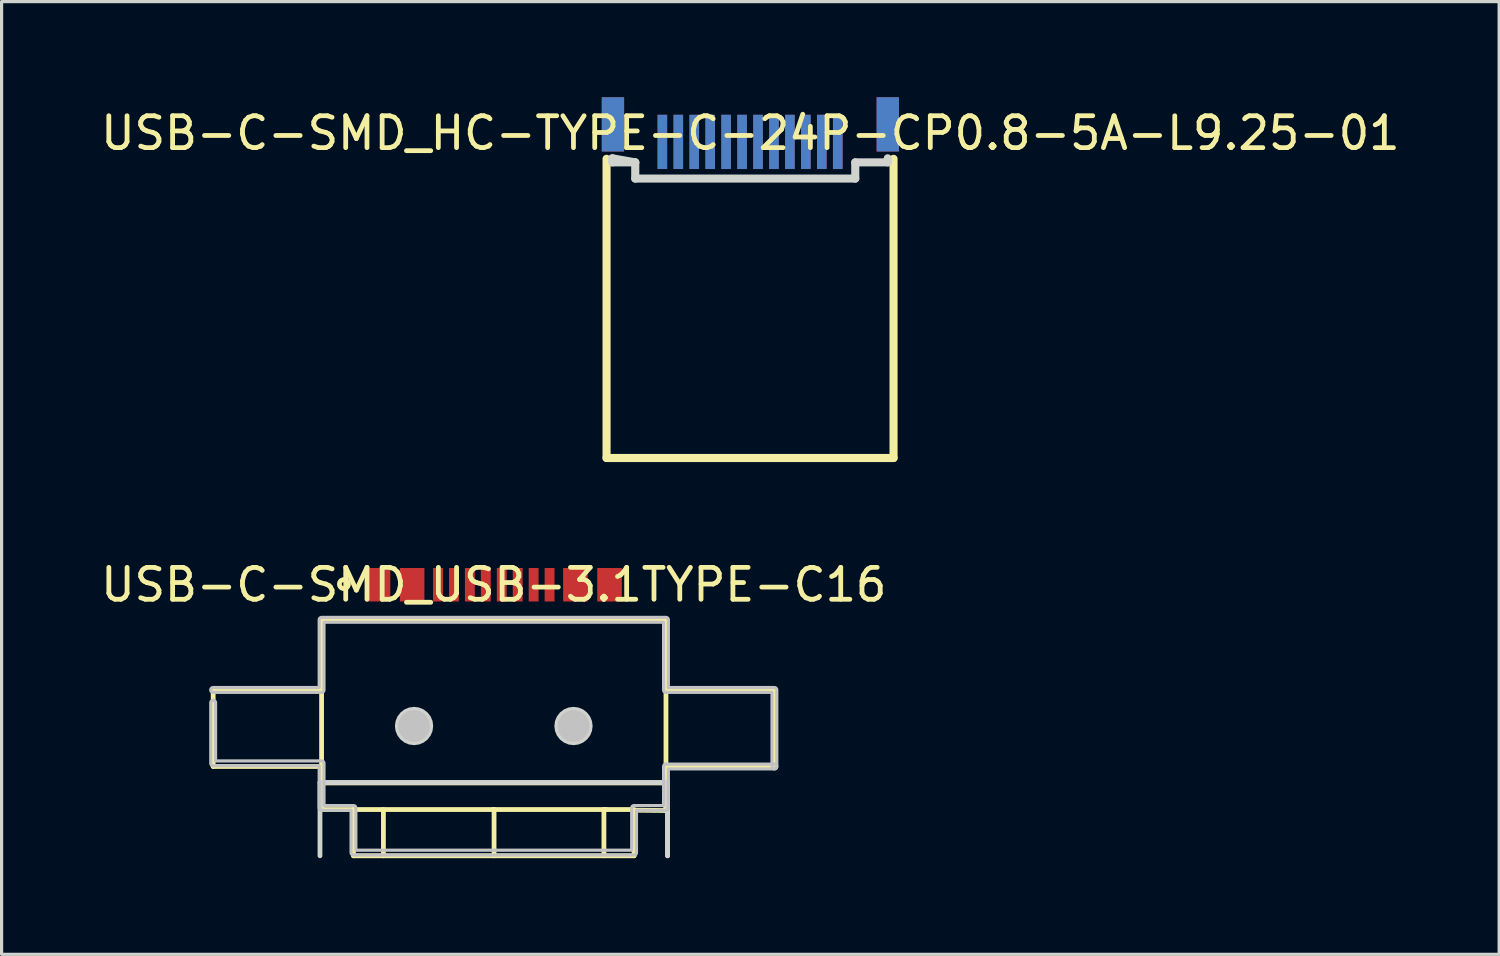
<source format=kicad_pcb>
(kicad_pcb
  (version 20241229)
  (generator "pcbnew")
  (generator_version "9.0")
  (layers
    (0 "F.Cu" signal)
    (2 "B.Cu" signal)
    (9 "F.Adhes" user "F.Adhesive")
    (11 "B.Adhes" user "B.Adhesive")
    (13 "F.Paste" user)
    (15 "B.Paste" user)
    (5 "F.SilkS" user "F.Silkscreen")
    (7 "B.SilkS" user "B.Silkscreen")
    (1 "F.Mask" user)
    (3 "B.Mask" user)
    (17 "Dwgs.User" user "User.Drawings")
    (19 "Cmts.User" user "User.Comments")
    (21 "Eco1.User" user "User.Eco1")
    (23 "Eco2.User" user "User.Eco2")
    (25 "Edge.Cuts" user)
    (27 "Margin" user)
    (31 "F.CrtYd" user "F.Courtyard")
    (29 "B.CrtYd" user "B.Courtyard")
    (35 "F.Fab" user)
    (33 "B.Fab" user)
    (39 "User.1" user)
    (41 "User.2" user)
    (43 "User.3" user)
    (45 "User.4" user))
  (footprint "USB-C-SMD_USB-3.1TYPE-C16"
    (layer "F.Cu")
    (at 12.435 15.288)
    (property "Reference" "USB-C-SMD_USB-3.1TYPE-C16" (at 0 0 0) (layer "F.SilkS") (effects (font (size 1 1) (thickness 0.15))))
    (fp_line (start -8.8 3.3) (end -5.4 3.3) (stroke (width 0.15) (type default)) (layer "F.SilkS"))
    (fp_line (start -8.8 5.7) (end -8.8 3.3) (stroke (width 0.15) (type default)) (layer "F.SilkS"))
    (fp_line (start -5.4 1.1) (end 5.4 1.1) (stroke (width 0.15) (type default)) (layer "F.SilkS"))
    (fp_line (start -5.4 3.3) (end -5.4 1.1) (stroke (width 0.15) (type default)) (layer "F.SilkS"))
    (fp_line (start -5.4 3.3) (end -5.4 5.799) (stroke (width 0.15) (type default)) (layer "F.SilkS"))
    (fp_line (start -5.4 5.7) (end -8.8 5.7) (stroke (width 0.15) (type default)) (layer "F.SilkS"))
    (fp_line (start -5.4 6.215) (end 5.396 6.215) (stroke (width 0.15) (type default)) (layer "F.SilkS"))
    (fp_line (start -5.4 7.05) (end -5.4 5.7) (stroke (width 0.15) (type default)) (layer "F.SilkS"))
    (fp_line (start -4.4 7.05) (end -5.4 7.05) (stroke (width 0.15) (type default)) (layer "F.SilkS"))
    (fp_line (start -4.4 7.05) (end 4.4 7.05) (stroke (width 0.15) (type default)) (layer "F.SilkS"))
    (fp_line (start -4.4 8.5) (end -4.4 7.05) (stroke (width 0.15) (type default)) (layer "F.SilkS"))
    (fp_line (start -3.461 7.05) (end -3.461 8.5) (stroke (width 0.15) (type default)) (layer "F.SilkS"))
    (fp_line (start -0.019 7.05) (end 0.009 7.05) (stroke (width 0.15) (type default)) (layer "F.SilkS"))
    (fp_line (start 0.009 7.05) (end 0.009 8.5) (stroke (width 0.15) (type default)) (layer "F.SilkS"))
    (fp_line (start 3.454 7.05) (end 3.454 8.5) (stroke (width 0.15) (type default)) (layer "F.SilkS"))
    (fp_line (start 3.53 7.05) (end 3.454 7.05) (stroke (width 0.15) (type default)) (layer "F.SilkS"))
    (fp_line (start 4.4 7.07) (end 4.4 8.5) (stroke (width 0.15) (type default)) (layer "F.SilkS"))
    (fp_line (start 4.4 8.5) (end -4.4 8.5) (stroke (width 0.15) (type default)) (layer "F.SilkS"))
    (fp_line (start 5.39 7.08) (end 4.4 7.07) (stroke (width 0.15) (type default)) (layer "F.SilkS"))
    (fp_line (start 5.396 6.215) (end 5.396 6.24) (stroke (width 0.15) (type default)) (layer "F.SilkS"))
    (fp_line (start 5.4 1.1) (end 5.4 3.3) (stroke (width 0.15) (type default)) (layer "F.SilkS"))
    (fp_line (start 5.4 3.3) (end 5.4 5.7) (stroke (width 0.15) (type default)) (layer "F.SilkS"))
    (fp_line (start 5.4 3.3) (end 8.8 3.3) (stroke (width 0.15) (type default)) (layer "F.SilkS"))
    (fp_line (start 5.4 5.7) (end 5.39 7.08) (stroke (width 0.15) (type default)) (layer "F.SilkS"))
    (fp_line (start 8.8 3.3) (end 8.8 5.7) (stroke (width 0.15) (type default)) (layer "F.SilkS"))
    (fp_line (start 8.8 5.7) (end 5.4 5.7) (stroke (width 0.15) (type default)) (layer "F.SilkS"))
    (fp_circle (center -4.7 -0.02) (end -4.559 -0.02) (stroke (width 0.15) (type default)) (fill no) (layer "F.SilkS"))
    (fp_circle (center -2.5 4.43) (end -2.25 4.43) (stroke (width 0.5) (type default)) (fill no) (layer "Dwgs.User"))
    (fp_circle (center 2.5 4.43) (end 2.75 4.43) (stroke (width 0.5) (type default)) (fill no) (layer "Dwgs.User"))
    (fp_poly (pts (arc (start -8.801 3.374) (mid -8.876 3.299) (end -8.801 3.224)) (xy -5.475 3.224) (arc (start -5.475 1.0995) (mid -5.453033 1.046467) (end -5.4 1.0245)) (arc (start 5.4 1.0245) (mid 5.453033 1.046467) (end 5.475 1.0995)) (xy 5.475 3.224) (arc (start 8.801 3.224) (mid 8.854033 3.245967) (end 8.876 3.299)) (arc (start 8.876 5.6995) (mid 8.801 5.7745) (end 8.726 5.6995)) (xy 8.726 3.374) (arc (start 5.4 3.374) (mid 5.346967 3.352033) (end 5.325 3.299)) (xy 5.325 1.175) (xy -5.325 1.175) (arc (start -5.325 3.299) (mid -5.346967 3.352033) (end -5.4 3.374))) (stroke (width 0.1) (type default)) (fill no) (layer "Dwgs.User"))
    (fp_poly (pts (arc (start 8.8 5.625) (mid 8.875 5.7) (end 8.8 5.775)) (xy 5.475 5.775) (arc (start 5.475 7) (mid 5.453033 7.053033) (end 5.4 7.075)) (xy 4.475 7.075) (arc (start 4.475 8.4) (mid 4.453033 8.453033) (end 4.4 8.475)) (arc (start -4.4 8.475) (mid -4.453033 8.453033) (end -4.475 8.4)) (xy -4.475 7.075) (arc (start -5.4 7.075) (mid -5.453033 7.053033) (end -5.475 7)) (xy -5.475 5.675) (arc (start -8.8 5.675) (mid -8.853033 5.653033) (end -8.875 5.6)) (arc (start -8.875 3.7) (mid -8.8 3.625) (end -8.725 3.7)) (xy -8.725 5.525) (arc (start -5.4 5.525) (mid -5.346967 5.546967) (end -5.325 5.6)) (xy -5.325 6.925) (arc (start -4.4 6.925) (mid -4.346967 6.946967) (end -4.325 7)) (xy -4.325 8.325) (xy 4.325 8.325) (arc (start 4.325 7) (mid 4.346967 6.946967) (end 4.4 6.925)) (xy 5.325 6.925) (arc (start 5.325 5.7) (mid 5.346967 5.646967) (end 5.4 5.625))) (stroke (width 0.1) (type default)) (fill no) (layer "Dwgs.User"))
    (fp_line (start -5.45 6.2) (end 5.45 6.2) (stroke (width 0.15) (type default)) (layer "Edge.Cuts"))
    (fp_line (start -5.45 8.5) (end -5.45 6.2) (stroke (width 0.15) (type default)) (layer "Edge.Cuts"))
    (fp_line (start 5.45 6.2) (end 5.45 8.5) (stroke (width 0.15) (type default)) (layer "Edge.Cuts"))
    (fp_line (start 5.45 6.2) (end 5.45 8.5) (stroke (width 0.15) (type default)) (layer "Edge.Cuts"))
    (fp_poly (pts (xy -1.9 4.43) (xy -1.92 4.275) (xy -1.98 4.13) (xy -2.076 4.006) (xy -2.2 3.91) (xy -2.345 3.85) (xy -2.5 3.83) (xy -2.655 3.85) (xy -2.8 3.91) (xy -2.924 4.006) (xy -3.02 4.13) (xy -3.08 4.275) (xy -3.1 4.43) (xy -3.08 4.585) (xy -3.02 4.73) (xy -2.924 4.854) (xy -2.8 4.95) (xy -2.655 5.01) (xy -2.5 5.03) (xy -2.345 5.01) (xy -2.2 4.95) (xy -2.076 4.854) (xy -1.98 4.73) (xy -1.92 4.585)) (stroke (width 0) (type default)) (fill yes) (layer "Edge.Cuts"))
    (fp_poly (pts (xy 3.1 4.43) (xy 3.08 4.275) (xy 3.02 4.13) (xy 2.924 4.006) (xy 2.8 3.91) (xy 2.655 3.85) (xy 2.5 3.83) (xy 2.345 3.85) (xy 2.2 3.91) (xy 2.076 4.006) (xy 1.98 4.13) (xy 1.92 4.275) (xy 1.9 4.43) (xy 1.92 4.585) (xy 1.98 4.73) (xy 2.076 4.854) (xy 2.2 4.95) (xy 2.345 5.01) (xy 2.5 5.03) (xy 2.655 5.01) (xy 2.8 4.95) (xy 2.924 4.854) (xy 3.02 4.73) (xy 3.08 4.585)) (stroke (width 0) (type default)) (fill yes) (layer "Edge.Cuts"))
    (fp_poly (pts (xy -3.965 0.395) (xy -3.965 -0.29) (xy -3.295 -0.29) (xy -3.295 0.395)) (stroke (width 0.1) (type default)) (fill no) (layer "User.1"))
    (fp_poly (pts (xy -3.965 1.09) (xy -3.965 0.385) (xy -3.295 0.385) (xy -3.295 1.09)) (stroke (width 0.1) (type default)) (fill no) (layer "User.1"))
    (fp_poly (pts (xy -2.895 0.395) (xy -2.895 -0.29) (xy -2.225 -0.29) (xy -2.225 0.395)) (stroke (width 0.1) (type default)) (fill no) (layer "User.1"))
    (fp_poly (pts (xy -2.895 1.09) (xy -2.895 0.385) (xy -2.225 0.385) (xy -2.225 1.09)) (stroke (width 0.1) (type default)) (fill no) (layer "User.1"))
    (fp_poly (pts (xy -1.875 0.41) (xy -1.875 -0.29) (xy -1.625 -0.29) (xy -1.625 0.41)) (stroke (width 0.1) (type default)) (fill no) (layer "User.1"))
    (fp_poly (pts (xy -1.875 1.09) (xy -1.875 0.4) (xy -1.625 0.4) (xy -1.625 1.09)) (stroke (width 0.1) (type default)) (fill no) (layer "User.1"))
    (fp_poly (pts (xy -1.375 0.41) (xy -1.375 -0.29) (xy -1.125 -0.29) (xy -1.125 0.41)) (stroke (width 0.1) (type default)) (fill no) (layer "User.1"))
    (fp_poly (pts (xy -1.375 1.09) (xy -1.375 0.4) (xy -1.125 0.4) (xy -1.125 1.09)) (stroke (width 0.1) (type default)) (fill no) (layer "User.1"))
    (fp_poly (pts (xy -0.875 0.41) (xy -0.875 -0.29) (xy -0.625 -0.29) (xy -0.625 0.41)) (stroke (width 0.1) (type default)) (fill no) (layer "User.1"))
    (fp_poly (pts (xy -0.875 1.09) (xy -0.875 0.4) (xy -0.625 0.4) (xy -0.625 1.09)) (stroke (width 0.1) (type default)) (fill no) (layer "User.1"))
    (fp_poly (pts (xy -0.375 0.41) (xy -0.375 -0.29) (xy -0.125 -0.29) (xy -0.125 0.41)) (stroke (width 0.1) (type default)) (fill no) (layer "User.1"))
    (fp_poly (pts (xy -0.375 1.09) (xy -0.375 0.4) (xy -0.125 0.4) (xy -0.125 1.09)) (stroke (width 0.1) (type default)) (fill no) (layer "User.1"))
    (fp_poly (pts (xy 0.125 0.41) (xy 0.125 -0.29) (xy 0.375 -0.29) (xy 0.375 0.41)) (stroke (width 0.1) (type default)) (fill no) (layer "User.1"))
    (fp_poly (pts (xy 0.125 1.09) (xy 0.125 0.4) (xy 0.375 0.4) (xy 0.375 1.09)) (stroke (width 0.1) (type default)) (fill no) (layer "User.1"))
    (fp_poly (pts (xy 0.625 0.41) (xy 0.625 -0.29) (xy 0.875 -0.29) (xy 0.875 0.41)) (stroke (width 0.1) (type default)) (fill no) (layer "User.1"))
    (fp_poly (pts (xy 0.625 1.09) (xy 0.625 0.4) (xy 0.875 0.4) (xy 0.875 1.09)) (stroke (width 0.1) (type default)) (fill no) (layer "User.1"))
    (fp_poly (pts (xy 1.125 0.41) (xy 1.125 -0.29) (xy 1.375 -0.29) (xy 1.375 0.41)) (stroke (width 0.1) (type default)) (fill no) (layer "User.1"))
    (fp_poly (pts (xy 1.125 1.09) (xy 1.125 0.4) (xy 1.375 0.4) (xy 1.375 1.09)) (stroke (width 0.1) (type default)) (fill no) (layer "User.1"))
    (fp_poly (pts (xy 1.625 0.41) (xy 1.625 -0.29) (xy 1.875 -0.29) (xy 1.875 0.41)) (stroke (width 0.1) (type default)) (fill no) (layer "User.1"))
    (fp_poly (pts (xy 1.625 1.09) (xy 1.625 0.4) (xy 1.875 0.4) (xy 1.875 1.09)) (stroke (width 0.1) (type default)) (fill no) (layer "User.1"))
    (fp_poly (pts (xy 2.225 0.395) (xy 2.225 -0.29) (xy 2.895 -0.29) (xy 2.895 0.395)) (stroke (width 0.1) (type default)) (fill no) (layer "User.1"))
    (fp_poly (pts (xy 2.225 1.09) (xy 2.225 0.385) (xy 2.895 0.385) (xy 2.895 1.09)) (stroke (width 0.1) (type default)) (fill no) (layer "User.1"))
    (fp_poly (pts (xy 3.295 0.395) (xy 3.295 -0.29) (xy 3.965 -0.29) (xy 3.965 0.395)) (stroke (width 0.1) (type default)) (fill no) (layer "User.1"))
    (fp_poly (pts (xy 3.295 1.09) (xy 3.295 0.385) (xy 3.965 0.385) (xy 3.965 1.09)) (stroke (width 0.1) (type default)) (fill no) (layer "User.1"))
    (fp_line (start -8.8 3.33) (end -8.8 5.73) (stroke (width 0.051) (type default)) (layer "User.2"))
    (fp_line (start -8.8 5.73) (end -5.42 5.73) (stroke (width 0.051) (type default)) (layer "User.2"))
    (fp_line (start -5.42 1.08) (end -5.42 3.33) (stroke (width 0.051) (type default)) (layer "User.2"))
    (fp_line (start -5.42 3.33) (end -8.8 3.33) (stroke (width 0.051) (type default)) (layer "User.2"))
    (fp_line (start -5.42 5.73) (end -5.4 7) (stroke (width 0.051) (type default)) (layer "User.2"))
    (fp_line (start -5.4 7) (end -4.4 7) (stroke (width 0.051) (type default)) (layer "User.2"))
    (fp_line (start -4.4 7) (end -4.4 8.5) (stroke (width 0.051) (type default)) (layer "User.2"))
    (fp_line (start -4.4 8.5) (end 4.4 8.5) (stroke (width 0.051) (type default)) (layer "User.2"))
    (fp_line (start 4.4 7) (end 5.4 7) (stroke (width 0.051) (type default)) (layer "User.2"))
    (fp_line (start 4.4 8.5) (end 4.4 7) (stroke (width 0.051) (type default)) (layer "User.2"))
    (fp_line (start 5.4 7) (end 5.42 5.73) (stroke (width 0.051) (type default)) (layer "User.2"))
    (fp_line (start 5.42 1.08) (end -5.42 1.08) (stroke (width 0.051) (type default)) (layer "User.2"))
    (fp_line (start 5.42 3.33) (end 5.42 1.08) (stroke (width 0.051) (type default)) (layer "User.2"))
    (fp_line (start 5.42 5.73) (end 8.8 5.73) (stroke (width 0.051) (type default)) (layer "User.2"))
    (fp_line (start 8.8 3.33) (end 5.42 3.33) (stroke (width 0.051) (type default)) (layer "User.2"))
    (fp_line (start 8.8 5.73) (end 8.8 3.33) (stroke (width 0.051) (type default)) (layer "User.2"))
    (fp_poly (pts (xy -8.74 8.48) (xy -8.758 8.438) (xy -8.8 8.42) (xy -8.842 8.438) (xy -8.86 8.48) (xy -8.842 8.522) (xy -8.8 8.54) (xy -8.758 8.522)) (stroke (width 0.1) (type default)) (fill no) (layer "User.3"))
    (pad "C1" smd rect (at -3.63 0) (size 0.77 1.05) (layers "F.Cu" "F.Mask" "F.Paste"))
    (pad "C2" smd rect (at -2.56 0) (size 0.77 1.05) (layers "F.Cu" "F.Mask" "F.Paste"))
    (pad "C3" smd rect (at -1.75 0) (size 0.31 1.05) (layers "F.Cu" "F.Mask" "F.Paste"))
    (pad "C4" smd rect (at -1.25 0) (size 0.31 1.05) (layers "F.Cu" "F.Mask" "F.Paste"))
    (pad "C5" smd rect (at -0.75 0) (size 0.31 1.05) (layers "F.Cu" "F.Mask" "F.Paste"))
    (pad "C6" smd rect (at -0.25 0) (size 0.31 1.05) (layers "F.Cu" "F.Mask" "F.Paste"))
    (pad "C7" smd rect (at 0.25 0) (size 0.31 1.05) (layers "F.Cu" "F.Mask" "F.Paste"))
    (pad "C8" smd rect (at 0.75 0) (size 0.31 1.05) (layers "F.Cu" "F.Mask" "F.Paste"))
    (pad "C9" smd rect (at 1.25 0) (size 0.31 1.05) (layers "F.Cu" "F.Mask" "F.Paste"))
    (pad "C10" smd rect (at 1.75 0) (size 0.31 1.05) (layers "F.Cu" "F.Mask" "F.Paste"))
    (pad "C11" smd rect (at 2.56 0) (size 0.77 1.05) (layers "F.Cu" "F.Mask" "F.Paste"))
    (pad "C12" smd rect (at 3.63 0) (size 0.77 1.05) (layers "F.Cu" "F.Mask" "F.Paste")))
  (footprint "USB-C-SMD_HC-TYPE-C-24P-CP0.8-5A-L9.25-01"
    (layer "F.Cu")
    (at 20.482 1.125)
    (property "Reference" "USB-C-SMD_HC-TYPE-C-24P-CP0.8-5A-L9.25-01" (at 0 0 0) (layer "F.SilkS") (effects (font (size 1 1) (thickness 0.15))))
    (fp_line (start -4.51 10.188) (end -4.51 0.806) (stroke (width 0.254) (type default)) (layer "F.SilkS"))
    (fp_line (start -4.51 10.188) (end 4.49 10.188) (stroke (width 0.254) (type default)) (layer "F.SilkS"))
    (fp_line (start 4.49 10.188) (end 4.49 0.806) (stroke (width 0.254) (type default)) (layer "F.SilkS"))
    (fp_line (start -4.328 0.79) (end -4.328 0.917) (stroke (width 0.254) (type default)) (layer "Edge.Cuts"))
    (fp_line (start -4.328 0.79) (end -3.61 0.917) (stroke (width 0.254) (type default)) (layer "Edge.Cuts"))
    (fp_line (start -4.328 0.917) (end -3.61 0.917) (stroke (width 0.254) (type default)) (layer "Edge.Cuts"))
    (fp_line (start -3.61 0.917) (end -3.61 1.425) (stroke (width 0.254) (type default)) (layer "Edge.Cuts"))
    (fp_line (start -3.61 1.425) (end 3.29 1.425) (stroke (width 0.254) (type default)) (layer "Edge.Cuts"))
    (fp_line (start 3.29 0.917) (end 4.308 0.917) (stroke (width 0.254) (type default)) (layer "Edge.Cuts"))
    (fp_line (start 3.29 1.425) (end 3.29 0.917) (stroke (width 0.254) (type default)) (layer "Edge.Cuts"))
    (fp_line (start 4.308 0.917) (end 4.308 0.79) (stroke (width 0.254) (type default)) (layer "Edge.Cuts"))
    (pad "25" smd rect (at 4.31 -0.275) (size 0.7 1.7) (layers "F.Cu" "F.Mask" "F.Paste"))
    (pad "25" smd rect (at 4.31 -0.275) (size 0.7 1.7) (layers "B.Cu" "B.Mask" "B.Paste"))
    (pad "26" smd rect (at -4.31 -0.275) (size 0.7 1.7) (layers "F.Cu" "F.Mask" "F.Paste"))
    (pad "26" smd rect (at -4.31 -0.275) (size 0.7 1.7) (layers "B.Cu" "B.Mask" "B.Paste"))
    (pad "A1" smd rect (at 2.74 0.275) (size 0.3 1.7) (layers "F.Cu" "F.Mask" "F.Paste"))
    (pad "A2" smd rect (at 2.24 0.275) (size 0.3 1.7) (layers "F.Cu" "F.Mask" "F.Paste"))
    (pad "A3" smd rect (at 1.74 0.275) (size 0.3 1.7) (layers "F.Cu" "F.Mask" "F.Paste"))
    (pad "A4" smd rect (at 1.24 0.275) (size 0.3 1.7) (layers "F.Cu" "F.Mask" "F.Paste"))
    (pad "A5" smd rect (at 0.74 0.275) (size 0.3 1.7) (layers "F.Cu" "F.Mask" "F.Paste"))
    (pad "A6" smd rect (at 0.24 0.275) (size 0.3 1.7) (layers "F.Cu" "F.Mask" "F.Paste"))
    (pad "A7" smd rect (at -0.26 0.275) (size 0.3 1.7) (layers "F.Cu" "F.Mask" "F.Paste"))
    (pad "A8" smd rect (at -0.76 0.275) (size 0.3 1.7) (layers "F.Cu" "F.Mask" "F.Paste"))
    (pad "A9" smd rect (at -1.26 0.275) (size 0.3 1.7) (layers "F.Cu" "F.Mask" "F.Paste"))
    (pad "A10" smd rect (at -1.76 0.275) (size 0.3 1.7) (layers "F.Cu" "F.Mask" "F.Paste"))
    (pad "A11" smd rect (at -2.26 0.275) (size 0.3 1.7) (layers "F.Cu" "F.Mask" "F.Paste"))
    (pad "A12" smd rect (at -2.76 0.275) (size 0.3 1.7) (layers "F.Cu" "F.Mask" "F.Paste"))
    (pad "B1" smd rect (at -2.76 0.275) (size 0.3 1.7) (layers "B.Cu" "B.Mask" "B.Paste"))
    (pad "B2" smd rect (at -2.26 0.275) (size 0.3 1.7) (layers "B.Cu" "B.Mask" "B.Paste"))
    (pad "B3" smd rect (at -1.76 0.275) (size 0.3 1.7) (layers "B.Cu" "B.Mask" "B.Paste"))
    (pad "B4" smd rect (at -1.26 0.275) (size 0.3 1.7) (layers "B.Cu" "B.Mask" "B.Paste"))
    (pad "B5" smd rect (at -0.76 0.275) (size 0.3 1.7) (layers "B.Cu" "B.Mask" "B.Paste"))
    (pad "B6" smd rect (at -0.26 0.275) (size 0.3 1.7) (layers "B.Cu" "B.Mask" "B.Paste"))
    (pad "B7" smd rect (at 0.24 0.275) (size 0.3 1.7) (layers "B.Cu" "B.Mask" "B.Paste"))
    (pad "B8" smd rect (at 0.74 0.275) (size 0.3 1.7) (layers "B.Cu" "B.Mask" "B.Paste"))
    (pad "B9" smd rect (at 1.24 0.275) (size 0.3 1.7) (layers "B.Cu" "B.Mask" "B.Paste"))
    (pad "B10" smd rect (at 1.74 0.275) (size 0.3 1.7) (layers "B.Cu" "B.Mask" "B.Paste"))
    (pad "B11" smd rect (at 2.24 0.275) (size 0.3 1.7) (layers "B.Cu" "B.Mask" "B.Paste"))
    (pad "B12" smd rect (at 2.74 0.275) (size 0.3 1.7) (layers "B.Cu" "B.Mask" "B.Paste")))
  (gr_rect
    (start -3 -3)
    (end 43.964 26.878)
    (stroke (width 0.1) (type default))
    (fill no)
    (layer "Edge.Cuts")))
</source>
